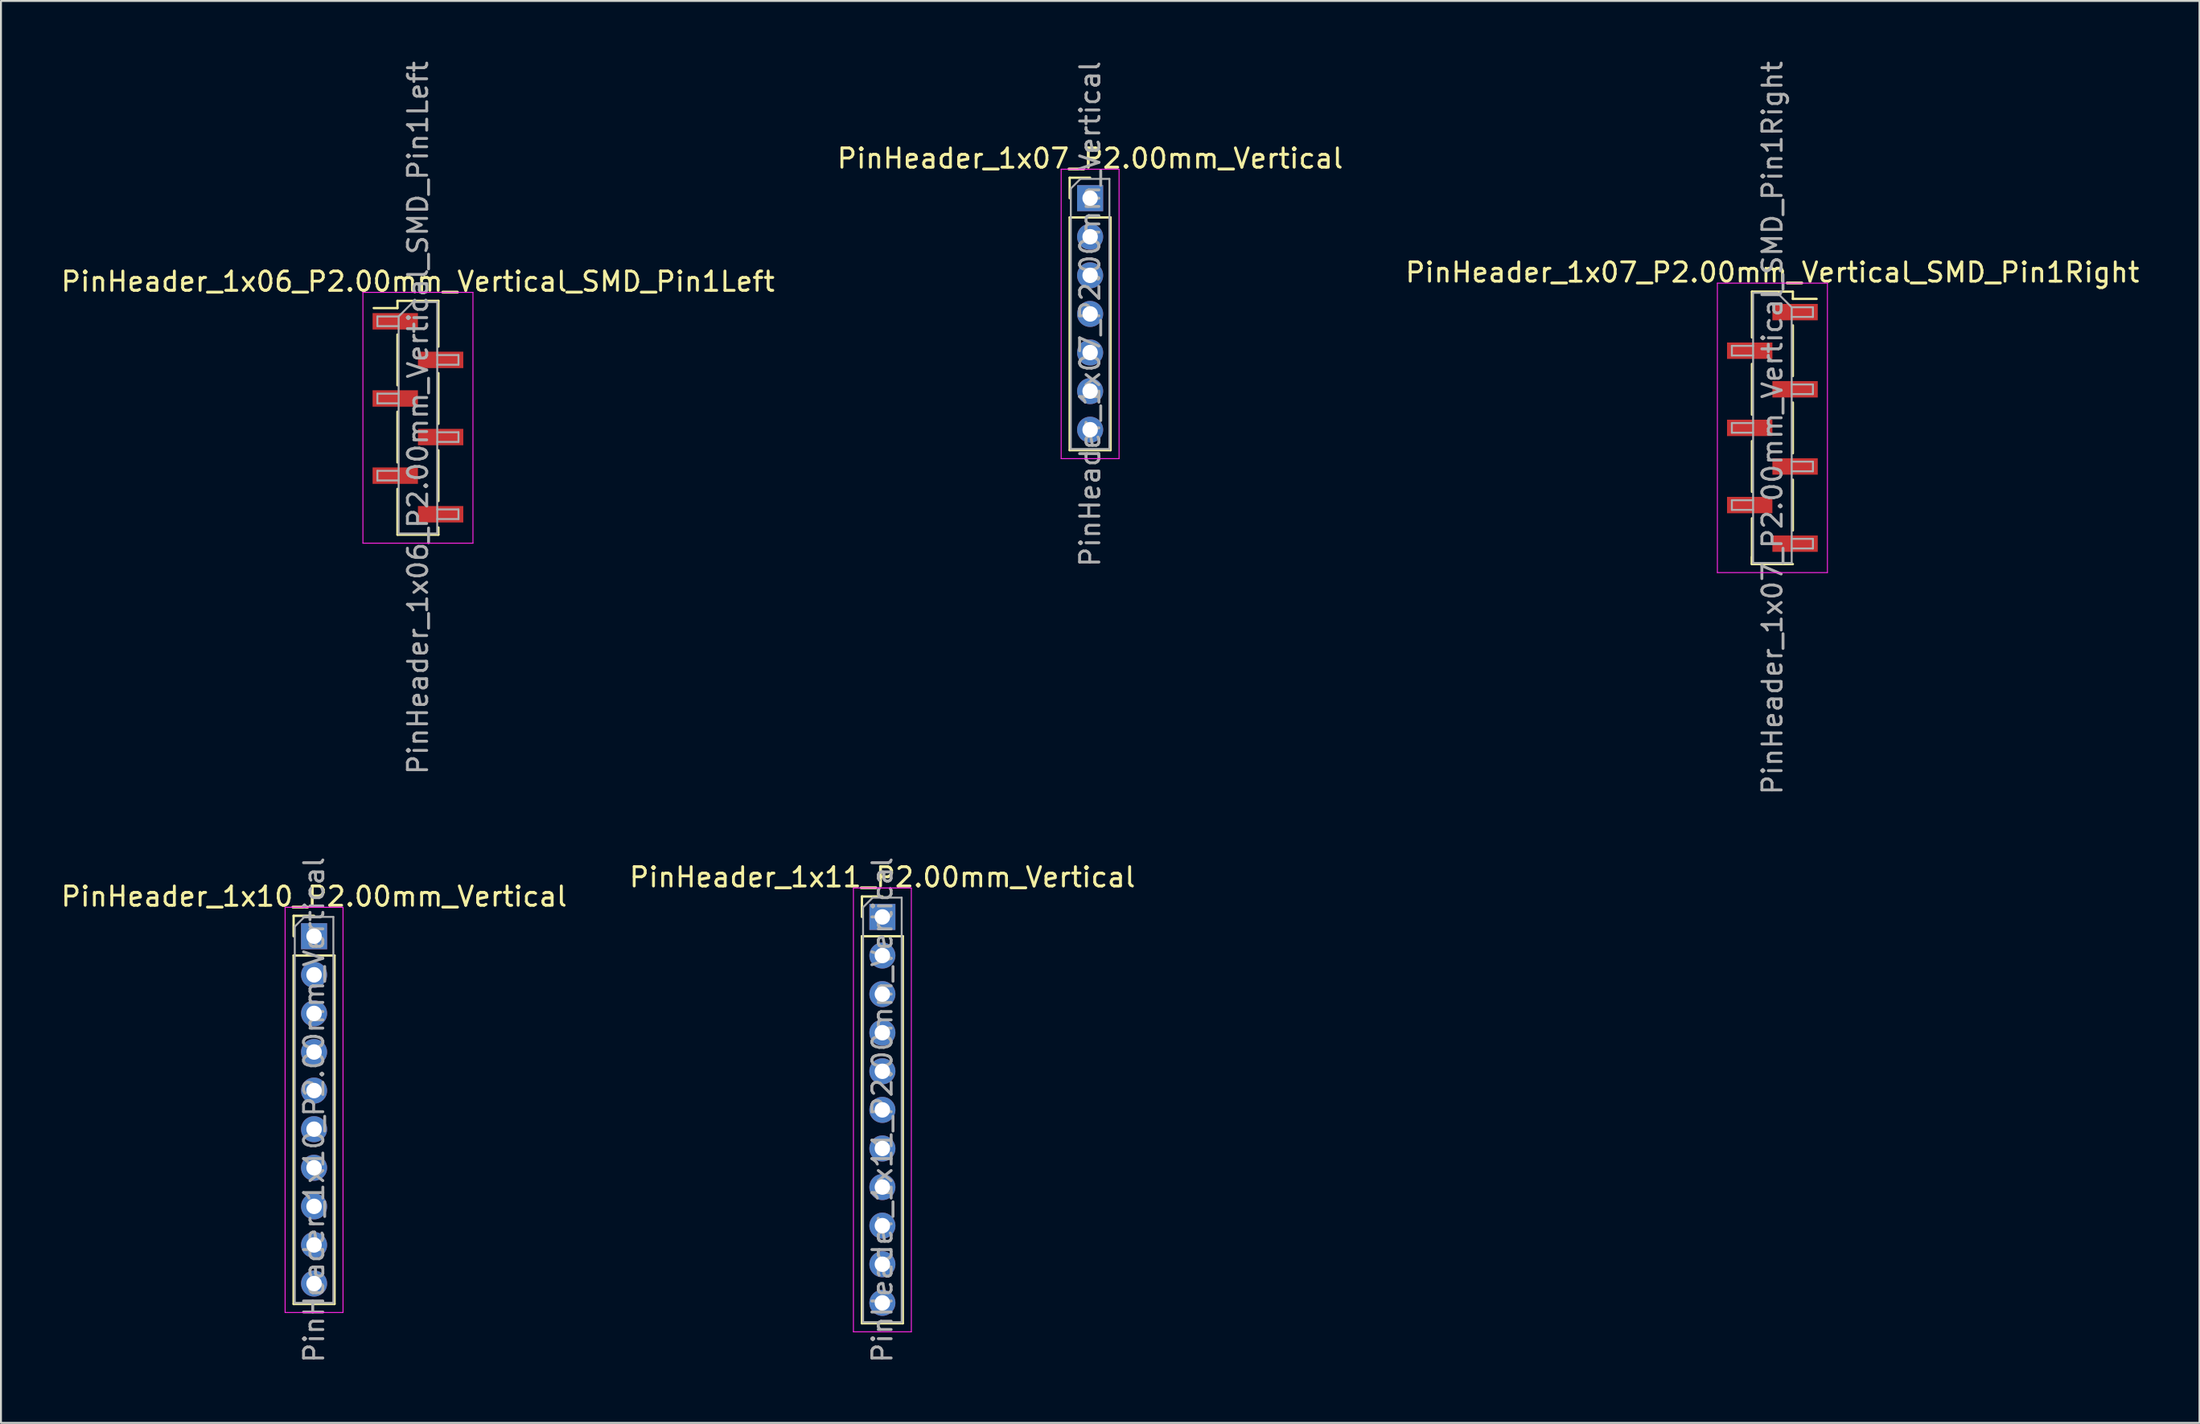
<source format=kicad_pcb>
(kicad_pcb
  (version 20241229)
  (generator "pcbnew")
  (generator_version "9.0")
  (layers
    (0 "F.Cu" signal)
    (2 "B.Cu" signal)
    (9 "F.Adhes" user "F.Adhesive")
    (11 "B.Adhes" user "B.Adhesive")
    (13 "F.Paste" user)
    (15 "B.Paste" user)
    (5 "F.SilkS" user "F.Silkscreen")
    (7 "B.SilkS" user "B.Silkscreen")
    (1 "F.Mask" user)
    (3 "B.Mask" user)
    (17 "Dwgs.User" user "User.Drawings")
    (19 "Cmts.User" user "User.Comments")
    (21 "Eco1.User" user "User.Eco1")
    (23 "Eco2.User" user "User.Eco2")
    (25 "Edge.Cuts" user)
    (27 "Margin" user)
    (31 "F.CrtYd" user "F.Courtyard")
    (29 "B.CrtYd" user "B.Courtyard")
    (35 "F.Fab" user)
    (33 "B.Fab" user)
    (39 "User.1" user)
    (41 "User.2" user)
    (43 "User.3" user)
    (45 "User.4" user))
  (footprint "PinHeader_1x06_P2.00mm_Vertical_SMD_Pin1Left"
    (layer "F.Cu")
    (at 18.601 18.601)
    (property "Reference" "PinHeader_1x06_P2.00mm_Vertical_SMD_Pin1Left" (at 0 -7.06 0) (layer "F.SilkS") (effects (font (size 1 1) (thickness 0.15))))
    (attr smd)
    (fp_line (start -1.06 -6.06) (end -1.06 -5.685) (stroke (width 0.12) (type solid)) (layer "F.SilkS"))
    (fp_line (start -1.06 -6.06) (end 1.06 -6.06) (stroke (width 0.12) (type solid)) (layer "F.SilkS"))
    (fp_line (start -1.06 -5.685) (end -2.29 -5.685) (stroke (width 0.12) (type solid)) (layer "F.SilkS"))
    (fp_line (start -1.06 -4.315) (end -1.06 -1.685) (stroke (width 0.12) (type solid)) (layer "F.SilkS"))
    (fp_line (start -1.06 -0.315) (end -1.06 2.315) (stroke (width 0.12) (type solid)) (layer "F.SilkS"))
    (fp_line (start -1.06 3.685) (end -1.06 6.06) (stroke (width 0.12) (type solid)) (layer "F.SilkS"))
    (fp_line (start -1.06 6.06) (end 1.06 6.06) (stroke (width 0.12) (type solid)) (layer "F.SilkS"))
    (fp_line (start 1.06 -6.06) (end 1.06 -3.685) (stroke (width 0.12) (type solid)) (layer "F.SilkS"))
    (fp_line (start 1.06 -2.315) (end 1.06 0.315) (stroke (width 0.12) (type solid)) (layer "F.SilkS"))
    (fp_line (start 1.06 1.685) (end 1.06 4.315) (stroke (width 0.12) (type solid)) (layer "F.SilkS"))
    (fp_line (start 1.06 5.685) (end 1.06 6.06) (stroke (width 0.12) (type solid)) (layer "F.SilkS"))
    (fp_line (start -2.85 -6.5) (end -2.85 6.5) (stroke (width 0.05) (type solid)) (layer "F.CrtYd"))
    (fp_line (start -2.85 6.5) (end 2.85 6.5) (stroke (width 0.05) (type solid)) (layer "F.CrtYd"))
    (fp_line (start 2.85 -6.5) (end -2.85 -6.5) (stroke (width 0.05) (type solid)) (layer "F.CrtYd"))
    (fp_line (start 2.85 6.5) (end 2.85 -6.5) (stroke (width 0.05) (type solid)) (layer "F.CrtYd"))
    (fp_line (start -2.1 -5.25) (end -2.1 -4.75) (stroke (width 0.1) (type solid)) (layer "F.Fab"))
    (fp_line (start -2.1 -4.75) (end -1 -4.75) (stroke (width 0.1) (type solid)) (layer "F.Fab"))
    (fp_line (start -2.1 -1.25) (end -2.1 -0.75) (stroke (width 0.1) (type solid)) (layer "F.Fab"))
    (fp_line (start -2.1 -0.75) (end -1 -0.75) (stroke (width 0.1) (type solid)) (layer "F.Fab"))
    (fp_line (start -2.1 2.75) (end -2.1 3.25) (stroke (width 0.1) (type solid)) (layer "F.Fab"))
    (fp_line (start -2.1 3.25) (end -1 3.25) (stroke (width 0.1) (type solid)) (layer "F.Fab"))
    (fp_line (start -1 -5.25) (end -2.1 -5.25) (stroke (width 0.1) (type solid)) (layer "F.Fab"))
    (fp_line (start -1 -5.25) (end -0.25 -6) (stroke (width 0.1) (type solid)) (layer "F.Fab"))
    (fp_line (start -1 -1.25) (end -2.1 -1.25) (stroke (width 0.1) (type solid)) (layer "F.Fab"))
    (fp_line (start -1 2.75) (end -2.1 2.75) (stroke (width 0.1) (type solid)) (layer "F.Fab"))
    (fp_line (start -1 6) (end -1 -5.25) (stroke (width 0.1) (type solid)) (layer "F.Fab"))
    (fp_line (start -0.25 -6) (end 1 -6) (stroke (width 0.1) (type solid)) (layer "F.Fab"))
    (fp_line (start 1 -6) (end 1 6) (stroke (width 0.1) (type solid)) (layer "F.Fab"))
    (fp_line (start 1 -3.25) (end 2.1 -3.25) (stroke (width 0.1) (type solid)) (layer "F.Fab"))
    (fp_line (start 1 0.75) (end 2.1 0.75) (stroke (width 0.1) (type solid)) (layer "F.Fab"))
    (fp_line (start 1 4.75) (end 2.1 4.75) (stroke (width 0.1) (type solid)) (layer "F.Fab"))
    (fp_line (start 1 6) (end -1 6) (stroke (width 0.1) (type solid)) (layer "F.Fab"))
    (fp_line (start 2.1 -3.25) (end 2.1 -2.75) (stroke (width 0.1) (type solid)) (layer "F.Fab"))
    (fp_line (start 2.1 -2.75) (end 1 -2.75) (stroke (width 0.1) (type solid)) (layer "F.Fab"))
    (fp_line (start 2.1 0.75) (end 2.1 1.25) (stroke (width 0.1) (type solid)) (layer "F.Fab"))
    (fp_line (start 2.1 1.25) (end 1 1.25) (stroke (width 0.1) (type solid)) (layer "F.Fab"))
    (fp_line (start 2.1 4.75) (end 2.1 5.25) (stroke (width 0.1) (type solid)) (layer "F.Fab"))
    (fp_line (start 2.1 5.25) (end 1 5.25) (stroke (width 0.1) (type solid)) (layer "F.Fab"))
    (fp_text user "${REFERENCE}" (at 0 0 90) (layer "F.Fab") (effects (font (size 1 1) (thickness 0.15))))
    (pad "1" smd rect (at -1.175 -5) (size 2.35 0.85) (layers "F.Cu" "F.Mask" "F.Paste"))
    (pad "2" smd rect (at 1.175 -3) (size 2.35 0.85) (layers "F.Cu" "F.Mask" "F.Paste"))
    (pad "3" smd rect (at -1.175 -1) (size 2.35 0.85) (layers "F.Cu" "F.Mask" "F.Paste"))
    (pad "4" smd rect (at 1.175 1) (size 2.35 0.85) (layers "F.Cu" "F.Mask" "F.Paste"))
    (pad "5" smd rect (at -1.175 3) (size 2.35 0.85) (layers "F.Cu" "F.Mask" "F.Paste"))
    (pad "6" smd rect (at 1.175 5) (size 2.35 0.85) (layers "F.Cu" "F.Mask" "F.Paste")))
  (footprint "PinHeader_1x07_P2.00mm_Vertical"
    (layer "F.Cu")
    (at 53.423 7.22)
    (property "Reference" "PinHeader_1x07_P2.00mm_Vertical" (at 0 -2.06 0) (layer "F.SilkS") (effects (font (size 1 1) (thickness 0.15))))
    (attr through_hole)
    (fp_line (start -1.06 -1.06) (end 0 -1.06) (stroke (width 0.12) (type solid)) (layer "F.SilkS"))
    (fp_line (start -1.06 0) (end -1.06 -1.06) (stroke (width 0.12) (type solid)) (layer "F.SilkS"))
    (fp_line (start -1.06 1) (end -1.06 13.06) (stroke (width 0.12) (type solid)) (layer "F.SilkS"))
    (fp_line (start -1.06 1) (end 1.06 1) (stroke (width 0.12) (type solid)) (layer "F.SilkS"))
    (fp_line (start -1.06 13.06) (end 1.06 13.06) (stroke (width 0.12) (type solid)) (layer "F.SilkS"))
    (fp_line (start 1.06 1) (end 1.06 13.06) (stroke (width 0.12) (type solid)) (layer "F.SilkS"))
    (fp_line (start -1.5 -1.5) (end -1.5 13.5) (stroke (width 0.05) (type solid)) (layer "F.CrtYd"))
    (fp_line (start -1.5 13.5) (end 1.5 13.5) (stroke (width 0.05) (type solid)) (layer "F.CrtYd"))
    (fp_line (start 1.5 -1.5) (end -1.5 -1.5) (stroke (width 0.05) (type solid)) (layer "F.CrtYd"))
    (fp_line (start 1.5 13.5) (end 1.5 -1.5) (stroke (width 0.05) (type solid)) (layer "F.CrtYd"))
    (fp_line (start -1 -0.5) (end -0.5 -1) (stroke (width 0.1) (type solid)) (layer "F.Fab"))
    (fp_line (start -1 13) (end -1 -0.5) (stroke (width 0.1) (type solid)) (layer "F.Fab"))
    (fp_line (start -0.5 -1) (end 1 -1) (stroke (width 0.1) (type solid)) (layer "F.Fab"))
    (fp_line (start 1 -1) (end 1 13) (stroke (width 0.1) (type solid)) (layer "F.Fab"))
    (fp_line (start 1 13) (end -1 13) (stroke (width 0.1) (type solid)) (layer "F.Fab"))
    (fp_text user "${REFERENCE}" (at 0 6 90) (layer "F.Fab") (effects (font (size 1 1) (thickness 0.15))))
    (pad "1" thru_hole rect (at 0 0) (size 1.35 1.35) (drill 0.8) (layers "*.Cu" "*.Mask"))
    (pad "2" thru_hole oval (at 0 2) (size 1.35 1.35) (drill 0.8) (layers "*.Cu" "*.Mask"))
    (pad "3" thru_hole oval (at 0 4) (size 1.35 1.35) (drill 0.8) (layers "*.Cu" "*.Mask"))
    (pad "4" thru_hole oval (at 0 6) (size 1.35 1.35) (drill 0.8) (layers "*.Cu" "*.Mask"))
    (pad "5" thru_hole oval (at 0 8) (size 1.35 1.35) (drill 0.8) (layers "*.Cu" "*.Mask"))
    (pad "6" thru_hole oval (at 0 10) (size 1.35 1.35) (drill 0.8) (layers "*.Cu" "*.Mask"))
    (pad "7" thru_hole oval (at 0 12) (size 1.35 1.35) (drill 0.8) (layers "*.Cu" "*.Mask")))
  (footprint "PinHeader_1x11_P2.00mm_Vertical"
    (layer "F.Cu")
    (at 42.661 44.47)
    (property "Reference" "PinHeader_1x11_P2.00mm_Vertical" (at 0 -2.06 0) (layer "F.SilkS") (effects (font (size 1 1) (thickness 0.15))))
    (attr through_hole)
    (fp_line (start -1.06 -1.06) (end 0 -1.06) (stroke (width 0.12) (type solid)) (layer "F.SilkS"))
    (fp_line (start -1.06 0) (end -1.06 -1.06) (stroke (width 0.12) (type solid)) (layer "F.SilkS"))
    (fp_line (start -1.06 1) (end -1.06 21.06) (stroke (width 0.12) (type solid)) (layer "F.SilkS"))
    (fp_line (start -1.06 1) (end 1.06 1) (stroke (width 0.12) (type solid)) (layer "F.SilkS"))
    (fp_line (start -1.06 21.06) (end 1.06 21.06) (stroke (width 0.12) (type solid)) (layer "F.SilkS"))
    (fp_line (start 1.06 1) (end 1.06 21.06) (stroke (width 0.12) (type solid)) (layer "F.SilkS"))
    (fp_line (start -1.5 -1.5) (end -1.5 21.5) (stroke (width 0.05) (type solid)) (layer "F.CrtYd"))
    (fp_line (start -1.5 21.5) (end 1.5 21.5) (stroke (width 0.05) (type solid)) (layer "F.CrtYd"))
    (fp_line (start 1.5 -1.5) (end -1.5 -1.5) (stroke (width 0.05) (type solid)) (layer "F.CrtYd"))
    (fp_line (start 1.5 21.5) (end 1.5 -1.5) (stroke (width 0.05) (type solid)) (layer "F.CrtYd"))
    (fp_line (start -1 -0.5) (end -0.5 -1) (stroke (width 0.1) (type solid)) (layer "F.Fab"))
    (fp_line (start -1 21) (end -1 -0.5) (stroke (width 0.1) (type solid)) (layer "F.Fab"))
    (fp_line (start -0.5 -1) (end 1 -1) (stroke (width 0.1) (type solid)) (layer "F.Fab"))
    (fp_line (start 1 -1) (end 1 21) (stroke (width 0.1) (type solid)) (layer "F.Fab"))
    (fp_line (start 1 21) (end -1 21) (stroke (width 0.1) (type solid)) (layer "F.Fab"))
    (fp_text user "${REFERENCE}" (at 0 10 90) (layer "F.Fab") (effects (font (size 1 1) (thickness 0.15))))
    (pad "1" thru_hole rect (at 0 0) (size 1.35 1.35) (drill 0.8) (layers "*.Cu" "*.Mask"))
    (pad "2" thru_hole oval (at 0 2) (size 1.35 1.35) (drill 0.8) (layers "*.Cu" "*.Mask"))
    (pad "3" thru_hole oval (at 0 4) (size 1.35 1.35) (drill 0.8) (layers "*.Cu" "*.Mask"))
    (pad "4" thru_hole oval (at 0 6) (size 1.35 1.35) (drill 0.8) (layers "*.Cu" "*.Mask"))
    (pad "5" thru_hole oval (at 0 8) (size 1.35 1.35) (drill 0.8) (layers "*.Cu" "*.Mask"))
    (pad "6" thru_hole oval (at 0 10) (size 1.35 1.35) (drill 0.8) (layers "*.Cu" "*.Mask"))
    (pad "7" thru_hole oval (at 0 12) (size 1.35 1.35) (drill 0.8) (layers "*.Cu" "*.Mask"))
    (pad "8" thru_hole oval (at 0 14) (size 1.35 1.35) (drill 0.8) (layers "*.Cu" "*.Mask"))
    (pad "9" thru_hole oval (at 0 16) (size 1.35 1.35) (drill 0.8) (layers "*.Cu" "*.Mask"))
    (pad "10" thru_hole oval (at 0 18) (size 1.35 1.35) (drill 0.8) (layers "*.Cu" "*.Mask"))
    (pad "11" thru_hole oval (at 0 20) (size 1.35 1.35) (drill 0.8) (layers "*.Cu" "*.Mask")))
  (footprint "PinHeader_1x10_P2.00mm_Vertical"
    (layer "F.Cu")
    (at 13.22 45.47)
    (property "Reference" "PinHeader_1x10_P2.00mm_Vertical" (at 0 -2.06 0) (layer "F.SilkS") (effects (font (size 1 1) (thickness 0.15))))
    (attr through_hole)
    (fp_line (start -1.06 -1.06) (end 0 -1.06) (stroke (width 0.12) (type solid)) (layer "F.SilkS"))
    (fp_line (start -1.06 0) (end -1.06 -1.06) (stroke (width 0.12) (type solid)) (layer "F.SilkS"))
    (fp_line (start -1.06 1) (end -1.06 19.06) (stroke (width 0.12) (type solid)) (layer "F.SilkS"))
    (fp_line (start -1.06 1) (end 1.06 1) (stroke (width 0.12) (type solid)) (layer "F.SilkS"))
    (fp_line (start -1.06 19.06) (end 1.06 19.06) (stroke (width 0.12) (type solid)) (layer "F.SilkS"))
    (fp_line (start 1.06 1) (end 1.06 19.06) (stroke (width 0.12) (type solid)) (layer "F.SilkS"))
    (fp_line (start -1.5 -1.5) (end -1.5 19.5) (stroke (width 0.05) (type solid)) (layer "F.CrtYd"))
    (fp_line (start -1.5 19.5) (end 1.5 19.5) (stroke (width 0.05) (type solid)) (layer "F.CrtYd"))
    (fp_line (start 1.5 -1.5) (end -1.5 -1.5) (stroke (width 0.05) (type solid)) (layer "F.CrtYd"))
    (fp_line (start 1.5 19.5) (end 1.5 -1.5) (stroke (width 0.05) (type solid)) (layer "F.CrtYd"))
    (fp_line (start -1 -0.5) (end -0.5 -1) (stroke (width 0.1) (type solid)) (layer "F.Fab"))
    (fp_line (start -1 19) (end -1 -0.5) (stroke (width 0.1) (type solid)) (layer "F.Fab"))
    (fp_line (start -0.5 -1) (end 1 -1) (stroke (width 0.1) (type solid)) (layer "F.Fab"))
    (fp_line (start 1 -1) (end 1 19) (stroke (width 0.1) (type solid)) (layer "F.Fab"))
    (fp_line (start 1 19) (end -1 19) (stroke (width 0.1) (type solid)) (layer "F.Fab"))
    (fp_text user "${REFERENCE}" (at 0 9 90) (layer "F.Fab") (effects (font (size 1 1) (thickness 0.15))))
    (pad "1" thru_hole rect (at 0 0) (size 1.35 1.35) (drill 0.8) (layers "*.Cu" "*.Mask"))
    (pad "2" thru_hole oval (at 0 2) (size 1.35 1.35) (drill 0.8) (layers "*.Cu" "*.Mask"))
    (pad "3" thru_hole oval (at 0 4) (size 1.35 1.35) (drill 0.8) (layers "*.Cu" "*.Mask"))
    (pad "4" thru_hole oval (at 0 6) (size 1.35 1.35) (drill 0.8) (layers "*.Cu" "*.Mask"))
    (pad "5" thru_hole oval (at 0 8) (size 1.35 1.35) (drill 0.8) (layers "*.Cu" "*.Mask"))
    (pad "6" thru_hole oval (at 0 10) (size 1.35 1.35) (drill 0.8) (layers "*.Cu" "*.Mask"))
    (pad "7" thru_hole oval (at 0 12) (size 1.35 1.35) (drill 0.8) (layers "*.Cu" "*.Mask"))
    (pad "8" thru_hole oval (at 0 14) (size 1.35 1.35) (drill 0.8) (layers "*.Cu" "*.Mask"))
    (pad "9" thru_hole oval (at 0 16) (size 1.35 1.35) (drill 0.8) (layers "*.Cu" "*.Mask"))
    (pad "10" thru_hole oval (at 0 18) (size 1.35 1.35) (drill 0.8) (layers "*.Cu" "*.Mask")))
  (footprint "PinHeader_1x07_P2.00mm_Vertical_SMD_Pin1Right"
    (layer "F.Cu")
    (at 88.768 19.125)
    (property "Reference" "PinHeader_1x07_P2.00mm_Vertical_SMD_Pin1Right" (at 0 -8.06 0) (layer "F.SilkS") (effects (font (size 1 1) (thickness 0.15))))
    (attr smd)
    (fp_line (start -1.06 -7.06) (end -1.06 -4.685) (stroke (width 0.12) (type solid)) (layer "F.SilkS"))
    (fp_line (start -1.06 -7.06) (end 1.06 -7.06) (stroke (width 0.12) (type solid)) (layer "F.SilkS"))
    (fp_line (start -1.06 -3.315) (end -1.06 -0.685) (stroke (width 0.12) (type solid)) (layer "F.SilkS"))
    (fp_line (start -1.06 0.685) (end -1.06 3.315) (stroke (width 0.12) (type solid)) (layer "F.SilkS"))
    (fp_line (start -1.06 4.685) (end -1.06 7.06) (stroke (width 0.12) (type solid)) (layer "F.SilkS"))
    (fp_line (start -1.06 6.685) (end -1.06 7.06) (stroke (width 0.12) (type solid)) (layer "F.SilkS"))
    (fp_line (start -1.06 7.06) (end 1.06 7.06) (stroke (width 0.12) (type solid)) (layer "F.SilkS"))
    (fp_line (start 1.06 -7.06) (end 1.06 -6.685) (stroke (width 0.12) (type solid)) (layer "F.SilkS"))
    (fp_line (start 1.06 -6.685) (end 2.29 -6.685) (stroke (width 0.12) (type solid)) (layer "F.SilkS"))
    (fp_line (start 1.06 -5.315) (end 1.06 -2.685) (stroke (width 0.12) (type solid)) (layer "F.SilkS"))
    (fp_line (start 1.06 -1.315) (end 1.06 1.315) (stroke (width 0.12) (type solid)) (layer "F.SilkS"))
    (fp_line (start 1.06 2.685) (end 1.06 5.315) (stroke (width 0.12) (type solid)) (layer "F.SilkS"))
    (fp_line (start -2.85 -7.5) (end -2.85 7.5) (stroke (width 0.05) (type solid)) (layer "F.CrtYd"))
    (fp_line (start -2.85 7.5) (end 2.85 7.5) (stroke (width 0.05) (type solid)) (layer "F.CrtYd"))
    (fp_line (start 2.85 -7.5) (end -2.85 -7.5) (stroke (width 0.05) (type solid)) (layer "F.CrtYd"))
    (fp_line (start 2.85 7.5) (end 2.85 -7.5) (stroke (width 0.05) (type solid)) (layer "F.CrtYd"))
    (fp_line (start -2.1 -4.25) (end -2.1 -3.75) (stroke (width 0.1) (type solid)) (layer "F.Fab"))
    (fp_line (start -2.1 -3.75) (end -1 -3.75) (stroke (width 0.1) (type solid)) (layer "F.Fab"))
    (fp_line (start -2.1 -0.25) (end -2.1 0.25) (stroke (width 0.1) (type solid)) (layer "F.Fab"))
    (fp_line (start -2.1 0.25) (end -1 0.25) (stroke (width 0.1) (type solid)) (layer "F.Fab"))
    (fp_line (start -2.1 3.75) (end -2.1 4.25) (stroke (width 0.1) (type solid)) (layer "F.Fab"))
    (fp_line (start -2.1 4.25) (end -1 4.25) (stroke (width 0.1) (type solid)) (layer "F.Fab"))
    (fp_line (start -1 -7) (end -1 7) (stroke (width 0.1) (type solid)) (layer "F.Fab"))
    (fp_line (start -1 -7) (end 0.25 -7) (stroke (width 0.1) (type solid)) (layer "F.Fab"))
    (fp_line (start -1 -4.25) (end -2.1 -4.25) (stroke (width 0.1) (type solid)) (layer "F.Fab"))
    (fp_line (start -1 -0.25) (end -2.1 -0.25) (stroke (width 0.1) (type solid)) (layer "F.Fab"))
    (fp_line (start -1 3.75) (end -2.1 3.75) (stroke (width 0.1) (type solid)) (layer "F.Fab"))
    (fp_line (start 1 -6.25) (end 0.25 -7) (stroke (width 0.1) (type solid)) (layer "F.Fab"))
    (fp_line (start 1 -6.25) (end 2.1 -6.25) (stroke (width 0.1) (type solid)) (layer "F.Fab"))
    (fp_line (start 1 -2.25) (end 2.1 -2.25) (stroke (width 0.1) (type solid)) (layer "F.Fab"))
    (fp_line (start 1 1.75) (end 2.1 1.75) (stroke (width 0.1) (type solid)) (layer "F.Fab"))
    (fp_line (start 1 5.75) (end 2.1 5.75) (stroke (width 0.1) (type solid)) (layer "F.Fab"))
    (fp_line (start 1 7) (end -1 7) (stroke (width 0.1) (type solid)) (layer "F.Fab"))
    (fp_line (start 1 7) (end 1 -6.25) (stroke (width 0.1) (type solid)) (layer "F.Fab"))
    (fp_line (start 2.1 -6.25) (end 2.1 -5.75) (stroke (width 0.1) (type solid)) (layer "F.Fab"))
    (fp_line (start 2.1 -5.75) (end 1 -5.75) (stroke (width 0.1) (type solid)) (layer "F.Fab"))
    (fp_line (start 2.1 -2.25) (end 2.1 -1.75) (stroke (width 0.1) (type solid)) (layer "F.Fab"))
    (fp_line (start 2.1 -1.75) (end 1 -1.75) (stroke (width 0.1) (type solid)) (layer "F.Fab"))
    (fp_line (start 2.1 1.75) (end 2.1 2.25) (stroke (width 0.1) (type solid)) (layer "F.Fab"))
    (fp_line (start 2.1 2.25) (end 1 2.25) (stroke (width 0.1) (type solid)) (layer "F.Fab"))
    (fp_line (start 2.1 5.75) (end 2.1 6.25) (stroke (width 0.1) (type solid)) (layer "F.Fab"))
    (fp_line (start 2.1 6.25) (end 1 6.25) (stroke (width 0.1) (type solid)) (layer "F.Fab"))
    (fp_text user "${REFERENCE}" (at 0 0 90) (layer "F.Fab") (effects (font (size 1 1) (thickness 0.15))))
    (pad "1" smd rect (at 1.175 -6) (size 2.35 0.85) (layers "F.Cu" "F.Mask" "F.Paste"))
    (pad "2" smd rect (at -1.175 -4) (size 2.35 0.85) (layers "F.Cu" "F.Mask" "F.Paste"))
    (pad "3" smd rect (at 1.175 -2) (size 2.35 0.85) (layers "F.Cu" "F.Mask" "F.Paste"))
    (pad "4" smd rect (at -1.175 0) (size 2.35 0.85) (layers "F.Cu" "F.Mask" "F.Paste"))
    (pad "5" smd rect (at 1.175 2) (size 2.35 0.85) (layers "F.Cu" "F.Mask" "F.Paste"))
    (pad "6" smd rect (at -1.175 4) (size 2.35 0.85) (layers "F.Cu" "F.Mask" "F.Paste"))
    (pad "7" smd rect (at 1.175 6) (size 2.35 0.85) (layers "F.Cu" "F.Mask" "F.Paste")))
  (gr_rect
    (start -3 -3)
    (end 110.893 70.69)
    (stroke (width 0.1) (type default))
    (fill no)
    (layer "Edge.Cuts")))
</source>
